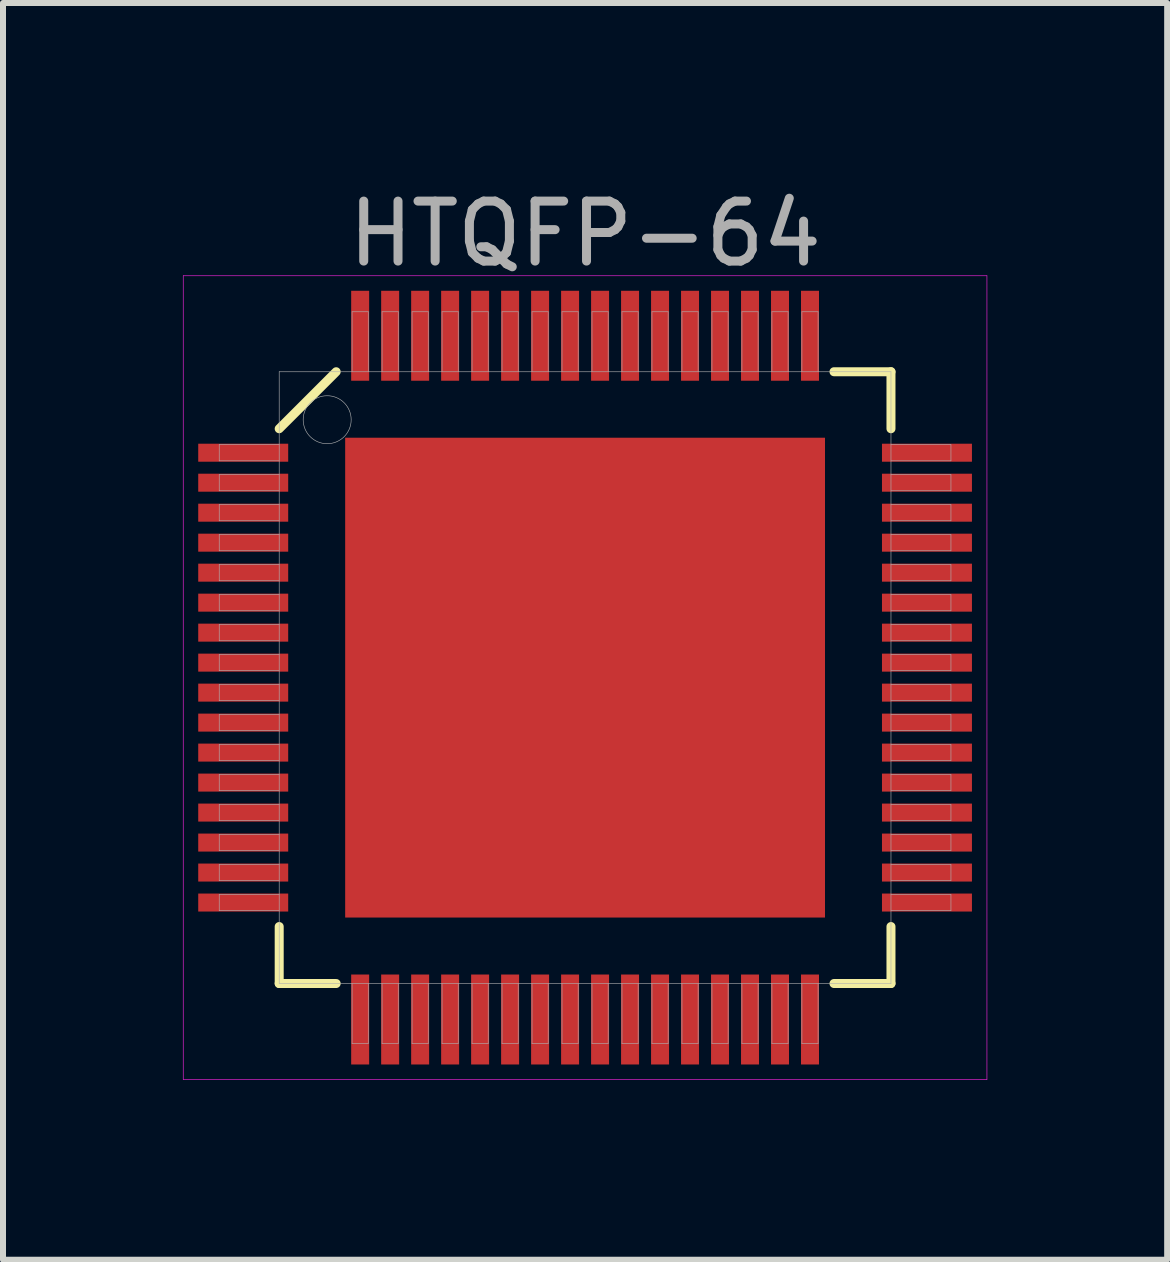
<source format=kicad_pcb>
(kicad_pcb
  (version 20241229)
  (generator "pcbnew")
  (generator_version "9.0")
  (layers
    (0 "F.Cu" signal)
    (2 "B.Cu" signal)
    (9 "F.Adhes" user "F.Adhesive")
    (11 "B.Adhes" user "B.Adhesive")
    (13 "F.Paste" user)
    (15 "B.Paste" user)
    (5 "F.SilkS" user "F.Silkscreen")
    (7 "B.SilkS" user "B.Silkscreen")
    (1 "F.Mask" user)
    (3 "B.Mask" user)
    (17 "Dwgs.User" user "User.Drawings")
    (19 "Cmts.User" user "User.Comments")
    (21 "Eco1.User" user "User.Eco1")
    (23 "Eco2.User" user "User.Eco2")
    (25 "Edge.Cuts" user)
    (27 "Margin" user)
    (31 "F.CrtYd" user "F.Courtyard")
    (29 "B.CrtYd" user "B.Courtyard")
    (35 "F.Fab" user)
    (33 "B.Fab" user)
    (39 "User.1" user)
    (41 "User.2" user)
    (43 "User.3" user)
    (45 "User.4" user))
  (footprint "HTQFP-64"
    (layer "F.Cu")
    (at 6.705 8.248)
    (property "Reference" "HTQFP-64" (at 0 -7.4 0) (layer "F.Fab") (effects (font (size 1 1) (thickness 0.15))))
    (attr through_hole)
    (fp_line (start -5.1 -4.15) (end -4.15 -5.1) (stroke (width 0.15) (type solid)) (layer "F.SilkS"))
    (fp_line (start -5.1 5.1) (end -5.1 4.15) (stroke (width 0.15) (type solid)) (layer "F.SilkS"))
    (fp_line (start -4.15 5.1) (end -5.1 5.1) (stroke (width 0.15) (type solid)) (layer "F.SilkS"))
    (fp_line (start 4.15 -5.1) (end 5.1 -5.1) (stroke (width 0.15) (type solid)) (layer "F.SilkS"))
    (fp_line (start 4.15 5.1) (end 5.1 5.1) (stroke (width 0.15) (type solid)) (layer "F.SilkS"))
    (fp_line (start 5.1 -5.1) (end 5.1 -4.15) (stroke (width 0.15) (type solid)) (layer "F.SilkS"))
    (fp_line (start 5.1 5.1) (end 5.1 4.15) (stroke (width 0.15) (type solid)) (layer "F.SilkS"))
    (fp_line (start -6.7 -6.7) (end 6.7 -6.7) (stroke (width 0.01) (type solid)) (layer "F.CrtYd"))
    (fp_line (start -6.7 6.7) (end -6.7 -6.7) (stroke (width 0.01) (type solid)) (layer "F.CrtYd"))
    (fp_line (start 6.7 -6.7) (end 6.7 6.7) (stroke (width 0.01) (type solid)) (layer "F.CrtYd"))
    (fp_line (start 6.7 6.7) (end -6.7 6.7) (stroke (width 0.01) (type solid)) (layer "F.CrtYd"))
    (fp_line (start -6.1 -3.885) (end -5.1 -3.885) (stroke (width 0.01) (type solid)) (layer "F.Fab"))
    (fp_line (start -6.1 -3.615) (end -6.1 -3.885) (stroke (width 0.01) (type solid)) (layer "F.Fab"))
    (fp_line (start -6.1 -3.385) (end -5.1 -3.385) (stroke (width 0.01) (type solid)) (layer "F.Fab"))
    (fp_line (start -6.1 -3.115) (end -6.1 -3.385) (stroke (width 0.01) (type solid)) (layer "F.Fab"))
    (fp_line (start -6.1 -2.885) (end -5.1 -2.885) (stroke (width 0.01) (type solid)) (layer "F.Fab"))
    (fp_line (start -6.1 -2.615) (end -6.1 -2.885) (stroke (width 0.01) (type solid)) (layer "F.Fab"))
    (fp_line (start -6.1 -2.385) (end -5.1 -2.385) (stroke (width 0.01) (type solid)) (layer "F.Fab"))
    (fp_line (start -6.1 -2.115) (end -6.1 -2.385) (stroke (width 0.01) (type solid)) (layer "F.Fab"))
    (fp_line (start -6.1 -1.885) (end -5.1 -1.885) (stroke (width 0.01) (type solid)) (layer "F.Fab"))
    (fp_line (start -6.1 -1.615) (end -6.1 -1.885) (stroke (width 0.01) (type solid)) (layer "F.Fab"))
    (fp_line (start -6.1 -1.385) (end -5.1 -1.385) (stroke (width 0.01) (type solid)) (layer "F.Fab"))
    (fp_line (start -6.1 -1.115) (end -6.1 -1.385) (stroke (width 0.01) (type solid)) (layer "F.Fab"))
    (fp_line (start -6.1 -0.885) (end -5.1 -0.885) (stroke (width 0.01) (type solid)) (layer "F.Fab"))
    (fp_line (start -6.1 -0.615) (end -6.1 -0.885) (stroke (width 0.01) (type solid)) (layer "F.Fab"))
    (fp_line (start -6.1 -0.385) (end -5.1 -0.385) (stroke (width 0.01) (type solid)) (layer "F.Fab"))
    (fp_line (start -6.1 -0.115) (end -6.1 -0.385) (stroke (width 0.01) (type solid)) (layer "F.Fab"))
    (fp_line (start -6.1 0.115) (end -5.1 0.115) (stroke (width 0.01) (type solid)) (layer "F.Fab"))
    (fp_line (start -6.1 0.385) (end -6.1 0.115) (stroke (width 0.01) (type solid)) (layer "F.Fab"))
    (fp_line (start -6.1 0.615) (end -5.1 0.615) (stroke (width 0.01) (type solid)) (layer "F.Fab"))
    (fp_line (start -6.1 0.885) (end -6.1 0.615) (stroke (width 0.01) (type solid)) (layer "F.Fab"))
    (fp_line (start -6.1 1.115) (end -5.1 1.115) (stroke (width 0.01) (type solid)) (layer "F.Fab"))
    (fp_line (start -6.1 1.385) (end -6.1 1.115) (stroke (width 0.01) (type solid)) (layer "F.Fab"))
    (fp_line (start -6.1 1.615) (end -5.1 1.615) (stroke (width 0.01) (type solid)) (layer "F.Fab"))
    (fp_line (start -6.1 1.885) (end -6.1 1.615) (stroke (width 0.01) (type solid)) (layer "F.Fab"))
    (fp_line (start -6.1 2.115) (end -5.1 2.115) (stroke (width 0.01) (type solid)) (layer "F.Fab"))
    (fp_line (start -6.1 2.385) (end -6.1 2.115) (stroke (width 0.01) (type solid)) (layer "F.Fab"))
    (fp_line (start -6.1 2.615) (end -5.1 2.615) (stroke (width 0.01) (type solid)) (layer "F.Fab"))
    (fp_line (start -6.1 2.885) (end -6.1 2.615) (stroke (width 0.01) (type solid)) (layer "F.Fab"))
    (fp_line (start -6.1 3.115) (end -5.1 3.115) (stroke (width 0.01) (type solid)) (layer "F.Fab"))
    (fp_line (start -6.1 3.385) (end -6.1 3.115) (stroke (width 0.01) (type solid)) (layer "F.Fab"))
    (fp_line (start -6.1 3.615) (end -5.1 3.615) (stroke (width 0.01) (type solid)) (layer "F.Fab"))
    (fp_line (start -6.1 3.885) (end -6.1 3.615) (stroke (width 0.01) (type solid)) (layer "F.Fab"))
    (fp_line (start -5.1 -5.1) (end 5.1 -5.1) (stroke (width 0.01) (type solid)) (layer "F.Fab"))
    (fp_line (start -5.1 -3.615) (end -6.1 -3.615) (stroke (width 0.01) (type solid)) (layer "F.Fab"))
    (fp_line (start -5.1 -3.115) (end -6.1 -3.115) (stroke (width 0.01) (type solid)) (layer "F.Fab"))
    (fp_line (start -5.1 -2.615) (end -6.1 -2.615) (stroke (width 0.01) (type solid)) (layer "F.Fab"))
    (fp_line (start -5.1 -2.115) (end -6.1 -2.115) (stroke (width 0.01) (type solid)) (layer "F.Fab"))
    (fp_line (start -5.1 -1.615) (end -6.1 -1.615) (stroke (width 0.01) (type solid)) (layer "F.Fab"))
    (fp_line (start -5.1 -1.115) (end -6.1 -1.115) (stroke (width 0.01) (type solid)) (layer "F.Fab"))
    (fp_line (start -5.1 -0.615) (end -6.1 -0.615) (stroke (width 0.01) (type solid)) (layer "F.Fab"))
    (fp_line (start -5.1 -0.115) (end -6.1 -0.115) (stroke (width 0.01) (type solid)) (layer "F.Fab"))
    (fp_line (start -5.1 0.385) (end -6.1 0.385) (stroke (width 0.01) (type solid)) (layer "F.Fab"))
    (fp_line (start -5.1 0.885) (end -6.1 0.885) (stroke (width 0.01) (type solid)) (layer "F.Fab"))
    (fp_line (start -5.1 1.385) (end -6.1 1.385) (stroke (width 0.01) (type solid)) (layer "F.Fab"))
    (fp_line (start -5.1 1.885) (end -6.1 1.885) (stroke (width 0.01) (type solid)) (layer "F.Fab"))
    (fp_line (start -5.1 2.385) (end -6.1 2.385) (stroke (width 0.01) (type solid)) (layer "F.Fab"))
    (fp_line (start -5.1 2.885) (end -6.1 2.885) (stroke (width 0.01) (type solid)) (layer "F.Fab"))
    (fp_line (start -5.1 3.385) (end -6.1 3.385) (stroke (width 0.01) (type solid)) (layer "F.Fab"))
    (fp_line (start -5.1 3.885) (end -6.1 3.885) (stroke (width 0.01) (type solid)) (layer "F.Fab"))
    (fp_line (start -5.1 5.1) (end -5.1 -5.1) (stroke (width 0.01) (type solid)) (layer "F.Fab"))
    (fp_line (start -3.885 -6.1) (end -3.615 -6.1) (stroke (width 0.01) (type solid)) (layer "F.Fab"))
    (fp_line (start -3.885 -5.1) (end -3.885 -6.1) (stroke (width 0.01) (type solid)) (layer "F.Fab"))
    (fp_line (start -3.885 6.1) (end -3.885 5.1) (stroke (width 0.01) (type solid)) (layer "F.Fab"))
    (fp_line (start -3.615 -6.1) (end -3.615 -5.1) (stroke (width 0.01) (type solid)) (layer "F.Fab"))
    (fp_line (start -3.615 5.1) (end -3.615 6.1) (stroke (width 0.01) (type solid)) (layer "F.Fab"))
    (fp_line (start -3.615 6.1) (end -3.885 6.1) (stroke (width 0.01) (type solid)) (layer "F.Fab"))
    (fp_line (start -3.385 -6.1) (end -3.115 -6.1) (stroke (width 0.01) (type solid)) (layer "F.Fab"))
    (fp_line (start -3.385 -5.1) (end -3.385 -6.1) (stroke (width 0.01) (type solid)) (layer "F.Fab"))
    (fp_line (start -3.385 6.1) (end -3.385 5.1) (stroke (width 0.01) (type solid)) (layer "F.Fab"))
    (fp_line (start -3.115 -6.1) (end -3.115 -5.1) (stroke (width 0.01) (type solid)) (layer "F.Fab"))
    (fp_line (start -3.115 5.1) (end -3.115 6.1) (stroke (width 0.01) (type solid)) (layer "F.Fab"))
    (fp_line (start -3.115 6.1) (end -3.385 6.1) (stroke (width 0.01) (type solid)) (layer "F.Fab"))
    (fp_line (start -2.885 -6.1) (end -2.615 -6.1) (stroke (width 0.01) (type solid)) (layer "F.Fab"))
    (fp_line (start -2.885 -5.1) (end -2.885 -6.1) (stroke (width 0.01) (type solid)) (layer "F.Fab"))
    (fp_line (start -2.885 6.1) (end -2.885 5.1) (stroke (width 0.01) (type solid)) (layer "F.Fab"))
    (fp_line (start -2.615 -6.1) (end -2.615 -5.1) (stroke (width 0.01) (type solid)) (layer "F.Fab"))
    (fp_line (start -2.615 5.1) (end -2.615 6.1) (stroke (width 0.01) (type solid)) (layer "F.Fab"))
    (fp_line (start -2.615 6.1) (end -2.885 6.1) (stroke (width 0.01) (type solid)) (layer "F.Fab"))
    (fp_line (start -2.385 -6.1) (end -2.115 -6.1) (stroke (width 0.01) (type solid)) (layer "F.Fab"))
    (fp_line (start -2.385 -5.1) (end -2.385 -6.1) (stroke (width 0.01) (type solid)) (layer "F.Fab"))
    (fp_line (start -2.385 6.1) (end -2.385 5.1) (stroke (width 0.01) (type solid)) (layer "F.Fab"))
    (fp_line (start -2.115 -6.1) (end -2.115 -5.1) (stroke (width 0.01) (type solid)) (layer "F.Fab"))
    (fp_line (start -2.115 5.1) (end -2.115 6.1) (stroke (width 0.01) (type solid)) (layer "F.Fab"))
    (fp_line (start -2.115 6.1) (end -2.385 6.1) (stroke (width 0.01) (type solid)) (layer "F.Fab"))
    (fp_line (start -1.885 -6.1) (end -1.615 -6.1) (stroke (width 0.01) (type solid)) (layer "F.Fab"))
    (fp_line (start -1.885 -5.1) (end -1.885 -6.1) (stroke (width 0.01) (type solid)) (layer "F.Fab"))
    (fp_line (start -1.885 6.1) (end -1.885 5.1) (stroke (width 0.01) (type solid)) (layer "F.Fab"))
    (fp_line (start -1.615 -6.1) (end -1.615 -5.1) (stroke (width 0.01) (type solid)) (layer "F.Fab"))
    (fp_line (start -1.615 5.1) (end -1.615 6.1) (stroke (width 0.01) (type solid)) (layer "F.Fab"))
    (fp_line (start -1.615 6.1) (end -1.885 6.1) (stroke (width 0.01) (type solid)) (layer "F.Fab"))
    (fp_line (start -1.385 -6.1) (end -1.115 -6.1) (stroke (width 0.01) (type solid)) (layer "F.Fab"))
    (fp_line (start -1.385 -5.1) (end -1.385 -6.1) (stroke (width 0.01) (type solid)) (layer "F.Fab"))
    (fp_line (start -1.385 6.1) (end -1.385 5.1) (stroke (width 0.01) (type solid)) (layer "F.Fab"))
    (fp_line (start -1.115 -6.1) (end -1.115 -5.1) (stroke (width 0.01) (type solid)) (layer "F.Fab"))
    (fp_line (start -1.115 5.1) (end -1.115 6.1) (stroke (width 0.01) (type solid)) (layer "F.Fab"))
    (fp_line (start -1.115 6.1) (end -1.385 6.1) (stroke (width 0.01) (type solid)) (layer "F.Fab"))
    (fp_line (start -0.885 -6.1) (end -0.615 -6.1) (stroke (width 0.01) (type solid)) (layer "F.Fab"))
    (fp_line (start -0.885 -5.1) (end -0.885 -6.1) (stroke (width 0.01) (type solid)) (layer "F.Fab"))
    (fp_line (start -0.885 6.1) (end -0.885 5.1) (stroke (width 0.01) (type solid)) (layer "F.Fab"))
    (fp_line (start -0.615 -6.1) (end -0.615 -5.1) (stroke (width 0.01) (type solid)) (layer "F.Fab"))
    (fp_line (start -0.615 5.1) (end -0.615 6.1) (stroke (width 0.01) (type solid)) (layer "F.Fab"))
    (fp_line (start -0.615 6.1) (end -0.885 6.1) (stroke (width 0.01) (type solid)) (layer "F.Fab"))
    (fp_line (start -0.385 -6.1) (end -0.115 -6.1) (stroke (width 0.01) (type solid)) (layer "F.Fab"))
    (fp_line (start -0.385 -5.1) (end -0.385 -6.1) (stroke (width 0.01) (type solid)) (layer "F.Fab"))
    (fp_line (start -0.385 6.1) (end -0.385 5.1) (stroke (width 0.01) (type solid)) (layer "F.Fab"))
    (fp_line (start -0.115 -6.1) (end -0.115 -5.1) (stroke (width 0.01) (type solid)) (layer "F.Fab"))
    (fp_line (start -0.115 5.1) (end -0.115 6.1) (stroke (width 0.01) (type solid)) (layer "F.Fab"))
    (fp_line (start -0.115 6.1) (end -0.385 6.1) (stroke (width 0.01) (type solid)) (layer "F.Fab"))
    (fp_line (start 0.115 -6.1) (end 0.385 -6.1) (stroke (width 0.01) (type solid)) (layer "F.Fab"))
    (fp_line (start 0.115 -5.1) (end 0.115 -6.1) (stroke (width 0.01) (type solid)) (layer "F.Fab"))
    (fp_line (start 0.115 6.1) (end 0.115 5.1) (stroke (width 0.01) (type solid)) (layer "F.Fab"))
    (fp_line (start 0.385 -6.1) (end 0.385 -5.1) (stroke (width 0.01) (type solid)) (layer "F.Fab"))
    (fp_line (start 0.385 5.1) (end 0.385 6.1) (stroke (width 0.01) (type solid)) (layer "F.Fab"))
    (fp_line (start 0.385 6.1) (end 0.115 6.1) (stroke (width 0.01) (type solid)) (layer "F.Fab"))
    (fp_line (start 0.615 -6.1) (end 0.885 -6.1) (stroke (width 0.01) (type solid)) (layer "F.Fab"))
    (fp_line (start 0.615 -5.1) (end 0.615 -6.1) (stroke (width 0.01) (type solid)) (layer "F.Fab"))
    (fp_line (start 0.615 6.1) (end 0.615 5.1) (stroke (width 0.01) (type solid)) (layer "F.Fab"))
    (fp_line (start 0.885 -6.1) (end 0.885 -5.1) (stroke (width 0.01) (type solid)) (layer "F.Fab"))
    (fp_line (start 0.885 5.1) (end 0.885 6.1) (stroke (width 0.01) (type solid)) (layer "F.Fab"))
    (fp_line (start 0.885 6.1) (end 0.615 6.1) (stroke (width 0.01) (type solid)) (layer "F.Fab"))
    (fp_line (start 1.115 -6.1) (end 1.385 -6.1) (stroke (width 0.01) (type solid)) (layer "F.Fab"))
    (fp_line (start 1.115 -5.1) (end 1.115 -6.1) (stroke (width 0.01) (type solid)) (layer "F.Fab"))
    (fp_line (start 1.115 6.1) (end 1.115 5.1) (stroke (width 0.01) (type solid)) (layer "F.Fab"))
    (fp_line (start 1.385 -6.1) (end 1.385 -5.1) (stroke (width 0.01) (type solid)) (layer "F.Fab"))
    (fp_line (start 1.385 5.1) (end 1.385 6.1) (stroke (width 0.01) (type solid)) (layer "F.Fab"))
    (fp_line (start 1.385 6.1) (end 1.115 6.1) (stroke (width 0.01) (type solid)) (layer "F.Fab"))
    (fp_line (start 1.615 -6.1) (end 1.885 -6.1) (stroke (width 0.01) (type solid)) (layer "F.Fab"))
    (fp_line (start 1.615 -5.1) (end 1.615 -6.1) (stroke (width 0.01) (type solid)) (layer "F.Fab"))
    (fp_line (start 1.615 6.1) (end 1.615 5.1) (stroke (width 0.01) (type solid)) (layer "F.Fab"))
    (fp_line (start 1.885 -6.1) (end 1.885 -5.1) (stroke (width 0.01) (type solid)) (layer "F.Fab"))
    (fp_line (start 1.885 5.1) (end 1.885 6.1) (stroke (width 0.01) (type solid)) (layer "F.Fab"))
    (fp_line (start 1.885 6.1) (end 1.615 6.1) (stroke (width 0.01) (type solid)) (layer "F.Fab"))
    (fp_line (start 2.115 -6.1) (end 2.385 -6.1) (stroke (width 0.01) (type solid)) (layer "F.Fab"))
    (fp_line (start 2.115 -5.1) (end 2.115 -6.1) (stroke (width 0.01) (type solid)) (layer "F.Fab"))
    (fp_line (start 2.115 6.1) (end 2.115 5.1) (stroke (width 0.01) (type solid)) (layer "F.Fab"))
    (fp_line (start 2.385 -6.1) (end 2.385 -5.1) (stroke (width 0.01) (type solid)) (layer "F.Fab"))
    (fp_line (start 2.385 5.1) (end 2.385 6.1) (stroke (width 0.01) (type solid)) (layer "F.Fab"))
    (fp_line (start 2.385 6.1) (end 2.115 6.1) (stroke (width 0.01) (type solid)) (layer "F.Fab"))
    (fp_line (start 2.615 -6.1) (end 2.885 -6.1) (stroke (width 0.01) (type solid)) (layer "F.Fab"))
    (fp_line (start 2.615 -5.1) (end 2.615 -6.1) (stroke (width 0.01) (type solid)) (layer "F.Fab"))
    (fp_line (start 2.615 6.1) (end 2.615 5.1) (stroke (width 0.01) (type solid)) (layer "F.Fab"))
    (fp_line (start 2.885 -6.1) (end 2.885 -5.1) (stroke (width 0.01) (type solid)) (layer "F.Fab"))
    (fp_line (start 2.885 5.1) (end 2.885 6.1) (stroke (width 0.01) (type solid)) (layer "F.Fab"))
    (fp_line (start 2.885 6.1) (end 2.615 6.1) (stroke (width 0.01) (type solid)) (layer "F.Fab"))
    (fp_line (start 3.115 -6.1) (end 3.385 -6.1) (stroke (width 0.01) (type solid)) (layer "F.Fab"))
    (fp_line (start 3.115 -5.1) (end 3.115 -6.1) (stroke (width 0.01) (type solid)) (layer "F.Fab"))
    (fp_line (start 3.115 6.1) (end 3.115 5.1) (stroke (width 0.01) (type solid)) (layer "F.Fab"))
    (fp_line (start 3.385 -6.1) (end 3.385 -5.1) (stroke (width 0.01) (type solid)) (layer "F.Fab"))
    (fp_line (start 3.385 5.1) (end 3.385 6.1) (stroke (width 0.01) (type solid)) (layer "F.Fab"))
    (fp_line (start 3.385 6.1) (end 3.115 6.1) (stroke (width 0.01) (type solid)) (layer "F.Fab"))
    (fp_line (start 3.615 -6.1) (end 3.885 -6.1) (stroke (width 0.01) (type solid)) (layer "F.Fab"))
    (fp_line (start 3.615 -5.1) (end 3.615 -6.1) (stroke (width 0.01) (type solid)) (layer "F.Fab"))
    (fp_line (start 3.615 6.1) (end 3.615 5.1) (stroke (width 0.01) (type solid)) (layer "F.Fab"))
    (fp_line (start 3.885 -6.1) (end 3.885 -5.1) (stroke (width 0.01) (type solid)) (layer "F.Fab"))
    (fp_line (start 3.885 5.1) (end 3.885 6.1) (stroke (width 0.01) (type solid)) (layer "F.Fab"))
    (fp_line (start 3.885 6.1) (end 3.615 6.1) (stroke (width 0.01) (type solid)) (layer "F.Fab"))
    (fp_line (start 5.1 -5.1) (end 5.1 5.1) (stroke (width 0.01) (type solid)) (layer "F.Fab"))
    (fp_line (start 5.1 -3.885) (end 6.1 -3.885) (stroke (width 0.01) (type solid)) (layer "F.Fab"))
    (fp_line (start 5.1 -3.385) (end 6.1 -3.385) (stroke (width 0.01) (type solid)) (layer "F.Fab"))
    (fp_line (start 5.1 -2.885) (end 6.1 -2.885) (stroke (width 0.01) (type solid)) (layer "F.Fab"))
    (fp_line (start 5.1 -2.385) (end 6.1 -2.385) (stroke (width 0.01) (type solid)) (layer "F.Fab"))
    (fp_line (start 5.1 -1.885) (end 6.1 -1.885) (stroke (width 0.01) (type solid)) (layer "F.Fab"))
    (fp_line (start 5.1 -1.385) (end 6.1 -1.385) (stroke (width 0.01) (type solid)) (layer "F.Fab"))
    (fp_line (start 5.1 -0.885) (end 6.1 -0.885) (stroke (width 0.01) (type solid)) (layer "F.Fab"))
    (fp_line (start 5.1 -0.385) (end 6.1 -0.385) (stroke (width 0.01) (type solid)) (layer "F.Fab"))
    (fp_line (start 5.1 0.115) (end 6.1 0.115) (stroke (width 0.01) (type solid)) (layer "F.Fab"))
    (fp_line (start 5.1 0.615) (end 6.1 0.615) (stroke (width 0.01) (type solid)) (layer "F.Fab"))
    (fp_line (start 5.1 1.115) (end 6.1 1.115) (stroke (width 0.01) (type solid)) (layer "F.Fab"))
    (fp_line (start 5.1 1.615) (end 6.1 1.615) (stroke (width 0.01) (type solid)) (layer "F.Fab"))
    (fp_line (start 5.1 2.115) (end 6.1 2.115) (stroke (width 0.01) (type solid)) (layer "F.Fab"))
    (fp_line (start 5.1 2.615) (end 6.1 2.615) (stroke (width 0.01) (type solid)) (layer "F.Fab"))
    (fp_line (start 5.1 3.115) (end 6.1 3.115) (stroke (width 0.01) (type solid)) (layer "F.Fab"))
    (fp_line (start 5.1 3.615) (end 6.1 3.615) (stroke (width 0.01) (type solid)) (layer "F.Fab"))
    (fp_line (start 5.1 5.1) (end -5.1 5.1) (stroke (width 0.01) (type solid)) (layer "F.Fab"))
    (fp_line (start 6.1 -3.885) (end 6.1 -3.615) (stroke (width 0.01) (type solid)) (layer "F.Fab"))
    (fp_line (start 6.1 -3.615) (end 5.1 -3.615) (stroke (width 0.01) (type solid)) (layer "F.Fab"))
    (fp_line (start 6.1 -3.385) (end 6.1 -3.115) (stroke (width 0.01) (type solid)) (layer "F.Fab"))
    (fp_line (start 6.1 -3.115) (end 5.1 -3.115) (stroke (width 0.01) (type solid)) (layer "F.Fab"))
    (fp_line (start 6.1 -2.885) (end 6.1 -2.615) (stroke (width 0.01) (type solid)) (layer "F.Fab"))
    (fp_line (start 6.1 -2.615) (end 5.1 -2.615) (stroke (width 0.01) (type solid)) (layer "F.Fab"))
    (fp_line (start 6.1 -2.385) (end 6.1 -2.115) (stroke (width 0.01) (type solid)) (layer "F.Fab"))
    (fp_line (start 6.1 -2.115) (end 5.1 -2.115) (stroke (width 0.01) (type solid)) (layer "F.Fab"))
    (fp_line (start 6.1 -1.885) (end 6.1 -1.615) (stroke (width 0.01) (type solid)) (layer "F.Fab"))
    (fp_line (start 6.1 -1.615) (end 5.1 -1.615) (stroke (width 0.01) (type solid)) (layer "F.Fab"))
    (fp_line (start 6.1 -1.385) (end 6.1 -1.115) (stroke (width 0.01) (type solid)) (layer "F.Fab"))
    (fp_line (start 6.1 -1.115) (end 5.1 -1.115) (stroke (width 0.01) (type solid)) (layer "F.Fab"))
    (fp_line (start 6.1 -0.885) (end 6.1 -0.615) (stroke (width 0.01) (type solid)) (layer "F.Fab"))
    (fp_line (start 6.1 -0.615) (end 5.1 -0.615) (stroke (width 0.01) (type solid)) (layer "F.Fab"))
    (fp_line (start 6.1 -0.385) (end 6.1 -0.115) (stroke (width 0.01) (type solid)) (layer "F.Fab"))
    (fp_line (start 6.1 -0.115) (end 5.1 -0.115) (stroke (width 0.01) (type solid)) (layer "F.Fab"))
    (fp_line (start 6.1 0.115) (end 6.1 0.385) (stroke (width 0.01) (type solid)) (layer "F.Fab"))
    (fp_line (start 6.1 0.385) (end 5.1 0.385) (stroke (width 0.01) (type solid)) (layer "F.Fab"))
    (fp_line (start 6.1 0.615) (end 6.1 0.885) (stroke (width 0.01) (type solid)) (layer "F.Fab"))
    (fp_line (start 6.1 0.885) (end 5.1 0.885) (stroke (width 0.01) (type solid)) (layer "F.Fab"))
    (fp_line (start 6.1 1.115) (end 6.1 1.385) (stroke (width 0.01) (type solid)) (layer "F.Fab"))
    (fp_line (start 6.1 1.385) (end 5.1 1.385) (stroke (width 0.01) (type solid)) (layer "F.Fab"))
    (fp_line (start 6.1 1.615) (end 6.1 1.885) (stroke (width 0.01) (type solid)) (layer "F.Fab"))
    (fp_line (start 6.1 1.885) (end 5.1 1.885) (stroke (width 0.01) (type solid)) (layer "F.Fab"))
    (fp_line (start 6.1 2.115) (end 6.1 2.385) (stroke (width 0.01) (type solid)) (layer "F.Fab"))
    (fp_line (start 6.1 2.385) (end 5.1 2.385) (stroke (width 0.01) (type solid)) (layer "F.Fab"))
    (fp_line (start 6.1 2.615) (end 6.1 2.885) (stroke (width 0.01) (type solid)) (layer "F.Fab"))
    (fp_line (start 6.1 2.885) (end 5.1 2.885) (stroke (width 0.01) (type solid)) (layer "F.Fab"))
    (fp_line (start 6.1 3.115) (end 6.1 3.385) (stroke (width 0.01) (type solid)) (layer "F.Fab"))
    (fp_line (start 6.1 3.385) (end 5.1 3.385) (stroke (width 0.01) (type solid)) (layer "F.Fab"))
    (fp_line (start 6.1 3.615) (end 6.1 3.885) (stroke (width 0.01) (type solid)) (layer "F.Fab"))
    (fp_line (start 6.1 3.885) (end 5.1 3.885) (stroke (width 0.01) (type solid)) (layer "F.Fab"))
    (fp_circle (center -4.3 -4.3) (end -4.3 -3.9) (stroke (width 0.01) (type solid)) (fill no) (layer "F.Fab"))
    (pad "" smd rect (at 0 0) (size 7 7) (layers "F.Mask"))
    (pad "" smd rect (at 0 0) (size 7 7) (layers "F.Paste"))
    (pad "1" smd rect (at -5.7 -3.75) (size 1.5 0.3) (layers "F.Cu" "F.Mask" "F.Paste"))
    (pad "2" smd rect (at -5.7 -3.25) (size 1.5 0.3) (layers "F.Cu" "F.Mask" "F.Paste"))
    (pad "3" smd rect (at -5.7 -2.75) (size 1.5 0.3) (layers "F.Cu" "F.Mask" "F.Paste"))
    (pad "4" smd rect (at -5.7 -2.25) (size 1.5 0.3) (layers "F.Cu" "F.Mask" "F.Paste"))
    (pad "5" smd rect (at -5.7 -1.75) (size 1.5 0.3) (layers "F.Cu" "F.Mask" "F.Paste"))
    (pad "6" smd rect (at -5.7 -1.25) (size 1.5 0.3) (layers "F.Cu" "F.Mask" "F.Paste"))
    (pad "7" smd rect (at -5.7 -0.75) (size 1.5 0.3) (layers "F.Cu" "F.Mask" "F.Paste"))
    (pad "8" smd rect (at -5.7 -0.25) (size 1.5 0.3) (layers "F.Cu" "F.Mask" "F.Paste"))
    (pad "9" smd rect (at -5.7 0.25) (size 1.5 0.3) (layers "F.Cu" "F.Mask" "F.Paste"))
    (pad "10" smd rect (at -5.7 0.75) (size 1.5 0.3) (layers "F.Cu" "F.Mask" "F.Paste"))
    (pad "11" smd rect (at -5.7 1.25) (size 1.5 0.3) (layers "F.Cu" "F.Mask" "F.Paste"))
    (pad "12" smd rect (at -5.7 1.75) (size 1.5 0.3) (layers "F.Cu" "F.Mask" "F.Paste"))
    (pad "13" smd rect (at -5.7 2.25) (size 1.5 0.3) (layers "F.Cu" "F.Mask" "F.Paste"))
    (pad "14" smd rect (at -5.7 2.75) (size 1.5 0.3) (layers "F.Cu" "F.Mask" "F.Paste"))
    (pad "15" smd rect (at -5.7 3.25) (size 1.5 0.3) (layers "F.Cu" "F.Mask" "F.Paste"))
    (pad "16" smd rect (at -5.7 3.75) (size 1.5 0.3) (layers "F.Cu" "F.Mask" "F.Paste"))
    (pad "17" smd rect (at -3.75 5.7) (size 0.3 1.5) (layers "F.Cu" "F.Mask" "F.Paste"))
    (pad "18" smd rect (at -3.25 5.7) (size 0.3 1.5) (layers "F.Cu" "F.Mask" "F.Paste"))
    (pad "19" smd rect (at -2.75 5.7) (size 0.3 1.5) (layers "F.Cu" "F.Mask" "F.Paste"))
    (pad "20" smd rect (at -2.25 5.7) (size 0.3 1.5) (layers "F.Cu" "F.Mask" "F.Paste"))
    (pad "21" smd rect (at -1.75 5.7) (size 0.3 1.5) (layers "F.Cu" "F.Mask" "F.Paste"))
    (pad "22" smd rect (at -1.25 5.7) (size 0.3 1.5) (layers "F.Cu" "F.Mask" "F.Paste"))
    (pad "23" smd rect (at -0.75 5.7) (size 0.3 1.5) (layers "F.Cu" "F.Mask" "F.Paste"))
    (pad "24" smd rect (at -0.25 5.7) (size 0.3 1.5) (layers "F.Cu" "F.Mask" "F.Paste"))
    (pad "25" smd rect (at 0.25 5.7) (size 0.3 1.5) (layers "F.Cu" "F.Mask" "F.Paste"))
    (pad "26" smd rect (at 0.75 5.7) (size 0.3 1.5) (layers "F.Cu" "F.Mask" "F.Paste"))
    (pad "27" smd rect (at 1.25 5.7) (size 0.3 1.5) (layers "F.Cu" "F.Mask" "F.Paste"))
    (pad "28" smd rect (at 1.75 5.7) (size 0.3 1.5) (layers "F.Cu" "F.Mask" "F.Paste"))
    (pad "29" smd rect (at 2.25 5.7) (size 0.3 1.5) (layers "F.Cu" "F.Mask" "F.Paste"))
    (pad "30" smd rect (at 2.75 5.7) (size 0.3 1.5) (layers "F.Cu" "F.Mask" "F.Paste"))
    (pad "31" smd rect (at 3.25 5.7) (size 0.3 1.5) (layers "F.Cu" "F.Mask" "F.Paste"))
    (pad "32" smd rect (at 3.75 5.7) (size 0.3 1.5) (layers "F.Cu" "F.Mask" "F.Paste"))
    (pad "33" smd rect (at 5.7 3.75) (size 1.5 0.3) (layers "F.Cu" "F.Mask" "F.Paste"))
    (pad "34" smd rect (at 5.7 3.25) (size 1.5 0.3) (layers "F.Cu" "F.Mask" "F.Paste"))
    (pad "35" smd rect (at 5.7 2.75) (size 1.5 0.3) (layers "F.Cu" "F.Mask" "F.Paste"))
    (pad "36" smd rect (at 5.7 2.25) (size 1.5 0.3) (layers "F.Cu" "F.Mask" "F.Paste"))
    (pad "37" smd rect (at 5.7 1.75) (size 1.5 0.3) (layers "F.Cu" "F.Mask" "F.Paste"))
    (pad "38" smd rect (at 5.7 1.25) (size 1.5 0.3) (layers "F.Cu" "F.Mask" "F.Paste"))
    (pad "39" smd rect (at 5.7 0.75) (size 1.5 0.3) (layers "F.Cu" "F.Mask" "F.Paste"))
    (pad "40" smd rect (at 5.7 0.25) (size 1.5 0.3) (layers "F.Cu" "F.Mask" "F.Paste"))
    (pad "41" smd rect (at 5.7 -0.25) (size 1.5 0.3) (layers "F.Cu" "F.Mask" "F.Paste"))
    (pad "42" smd rect (at 5.7 -0.75) (size 1.5 0.3) (layers "F.Cu" "F.Mask" "F.Paste"))
    (pad "43" smd rect (at 5.7 -1.25) (size 1.5 0.3) (layers "F.Cu" "F.Mask" "F.Paste"))
    (pad "44" smd rect (at 5.7 -1.75) (size 1.5 0.3) (layers "F.Cu" "F.Mask" "F.Paste"))
    (pad "45" smd rect (at 5.7 -2.25) (size 1.5 0.3) (layers "F.Cu" "F.Mask" "F.Paste"))
    (pad "46" smd rect (at 5.7 -2.75) (size 1.5 0.3) (layers "F.Cu" "F.Mask" "F.Paste"))
    (pad "47" smd rect (at 5.7 -3.25) (size 1.5 0.3) (layers "F.Cu" "F.Mask" "F.Paste"))
    (pad "48" smd rect (at 5.7 -3.75) (size 1.5 0.3) (layers "F.Cu" "F.Mask" "F.Paste"))
    (pad "49" smd rect (at 3.75 -5.7) (size 0.3 1.5) (layers "F.Cu" "F.Mask" "F.Paste"))
    (pad "50" smd rect (at 3.25 -5.7) (size 0.3 1.5) (layers "F.Cu" "F.Mask" "F.Paste"))
    (pad "51" smd rect (at 2.75 -5.7) (size 0.3 1.5) (layers "F.Cu" "F.Mask" "F.Paste"))
    (pad "52" smd rect (at 2.25 -5.7) (size 0.3 1.5) (layers "F.Cu" "F.Mask" "F.Paste"))
    (pad "53" smd rect (at 1.75 -5.7) (size 0.3 1.5) (layers "F.Cu" "F.Mask" "F.Paste"))
    (pad "54" smd rect (at 1.25 -5.7) (size 0.3 1.5) (layers "F.Cu" "F.Mask" "F.Paste"))
    (pad "55" smd rect (at 0.75 -5.7) (size 0.3 1.5) (layers "F.Cu" "F.Mask" "F.Paste"))
    (pad "56" smd rect (at 0.25 -5.7) (size 0.3 1.5) (layers "F.Cu" "F.Mask" "F.Paste"))
    (pad "57" smd rect (at -0.25 -5.7) (size 0.3 1.5) (layers "F.Cu" "F.Mask" "F.Paste"))
    (pad "58" smd rect (at -0.75 -5.7) (size 0.3 1.5) (layers "F.Cu" "F.Mask" "F.Paste"))
    (pad "59" smd rect (at -1.25 -5.7) (size 0.3 1.5) (layers "F.Cu" "F.Mask" "F.Paste"))
    (pad "60" smd rect (at -1.75 -5.7) (size 0.3 1.5) (layers "F.Cu" "F.Mask" "F.Paste"))
    (pad "61" smd rect (at -2.25 -5.7) (size 0.3 1.5) (layers "F.Cu" "F.Mask" "F.Paste"))
    (pad "62" smd rect (at -2.75 -5.7) (size 0.3 1.5) (layers "F.Cu" "F.Mask" "F.Paste"))
    (pad "63" smd rect (at -3.25 -5.7) (size 0.3 1.5) (layers "F.Cu" "F.Mask" "F.Paste"))
    (pad "64" smd rect (at -3.75 -5.7) (size 0.3 1.5) (layers "F.Cu" "F.Mask" "F.Paste"))
    (pad "EP" smd rect (at 0 0) (size 8 8) (layers "F.Cu")))
  (gr_rect
    (start -3 -3)
    (end 16.41 17.953)
    (stroke (width 0.1) (type default))
    (fill no)
    (layer "Edge.Cuts")))
</source>
